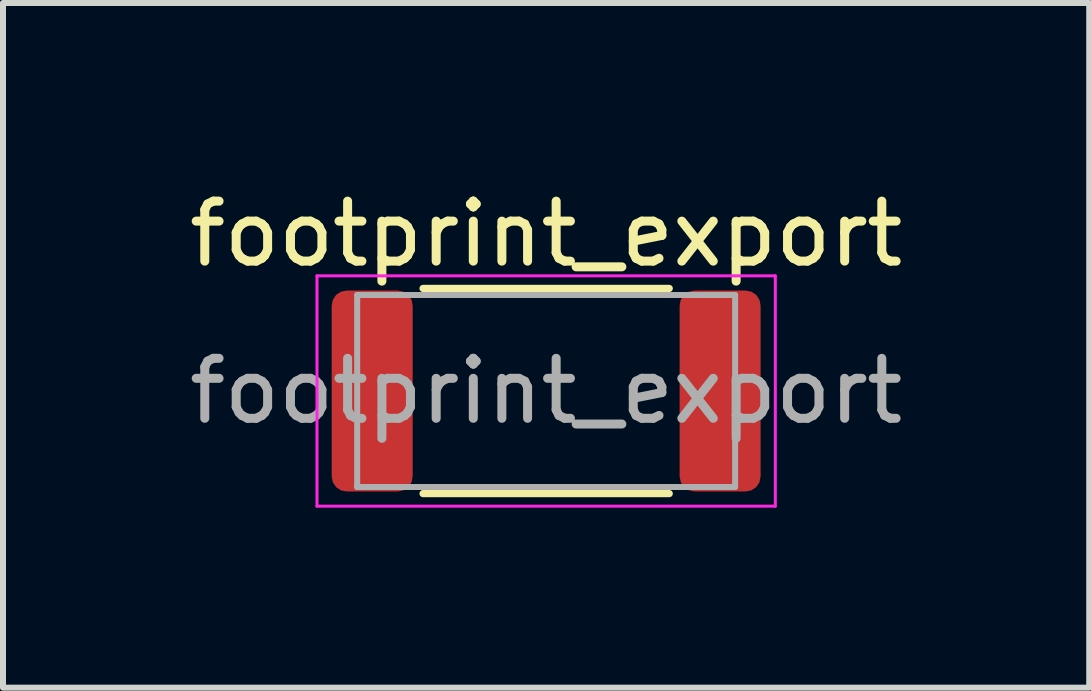
<source format=kicad_pcb>
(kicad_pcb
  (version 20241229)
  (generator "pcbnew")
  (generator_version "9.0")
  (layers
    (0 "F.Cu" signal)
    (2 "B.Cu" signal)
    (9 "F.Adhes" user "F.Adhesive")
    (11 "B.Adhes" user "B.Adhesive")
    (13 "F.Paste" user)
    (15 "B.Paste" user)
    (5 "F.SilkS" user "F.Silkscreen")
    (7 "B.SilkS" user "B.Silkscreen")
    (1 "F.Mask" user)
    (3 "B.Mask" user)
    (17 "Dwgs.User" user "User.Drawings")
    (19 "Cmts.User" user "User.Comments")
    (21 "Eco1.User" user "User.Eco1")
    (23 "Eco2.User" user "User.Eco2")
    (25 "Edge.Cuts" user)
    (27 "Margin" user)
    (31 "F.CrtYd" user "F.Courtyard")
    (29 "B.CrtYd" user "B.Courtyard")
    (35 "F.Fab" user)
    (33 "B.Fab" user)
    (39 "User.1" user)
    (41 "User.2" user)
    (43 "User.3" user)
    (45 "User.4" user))
  (footprint "footprint_export"
    (layer "F.Cu")
    (at 6.054 3.468)
    (property "Reference" "footprint_export" (at 0 -2.62 0) (layer "F.SilkS") (effects (font (size 1 1) (thickness 0.15))))
    (attr smd)
    (fp_line (start -2.052 -1.71) (end 2.052 -1.71) (stroke (width 0.12) (type solid)) (layer "F.SilkS"))
    (fp_line (start -2.052 1.71) (end 2.052 1.71) (stroke (width 0.12) (type solid)) (layer "F.SilkS"))
    (fp_line (start -3.82 -1.92) (end 3.82 -1.92) (stroke (width 0.05) (type solid)) (layer "F.CrtYd"))
    (fp_line (start -3.82 1.92) (end -3.82 -1.92) (stroke (width 0.05) (type solid)) (layer "F.CrtYd"))
    (fp_line (start 3.82 -1.92) (end 3.82 1.92) (stroke (width 0.05) (type solid)) (layer "F.CrtYd"))
    (fp_line (start 3.82 1.92) (end -3.82 1.92) (stroke (width 0.05) (type solid)) (layer "F.CrtYd"))
    (fp_line (start -3.15 -1.6) (end 3.15 -1.6) (stroke (width 0.1) (type solid)) (layer "F.Fab"))
    (fp_line (start -3.15 1.6) (end -3.15 -1.6) (stroke (width 0.1) (type solid)) (layer "F.Fab"))
    (fp_line (start 3.15 -1.6) (end 3.15 1.6) (stroke (width 0.1) (type solid)) (layer "F.Fab"))
    (fp_line (start 3.15 1.6) (end -3.15 1.6) (stroke (width 0.1) (type solid)) (layer "F.Fab"))
    (fp_text user "${REFERENCE}" (at 0 0 0) (layer "F.Fab") (effects (font (size 1 1) (thickness 0.15))))
    (pad "1" smd roundrect (at -2.9 0) (size 1.35 3.35) (layers "F.Cu" "F.Mask" "F.Paste") (roundrect_rratio 0.185))
    (pad "2" smd roundrect (at 2.9 0) (size 1.35 3.35) (layers "F.Cu" "F.Mask" "F.Paste") (roundrect_rratio 0.185)))
  (gr_rect
    (start -3 -3)
    (end 15.107 8.413)
    (stroke (width 0.1) (type default))
    (fill no)
    (layer "Edge.Cuts")))
</source>
